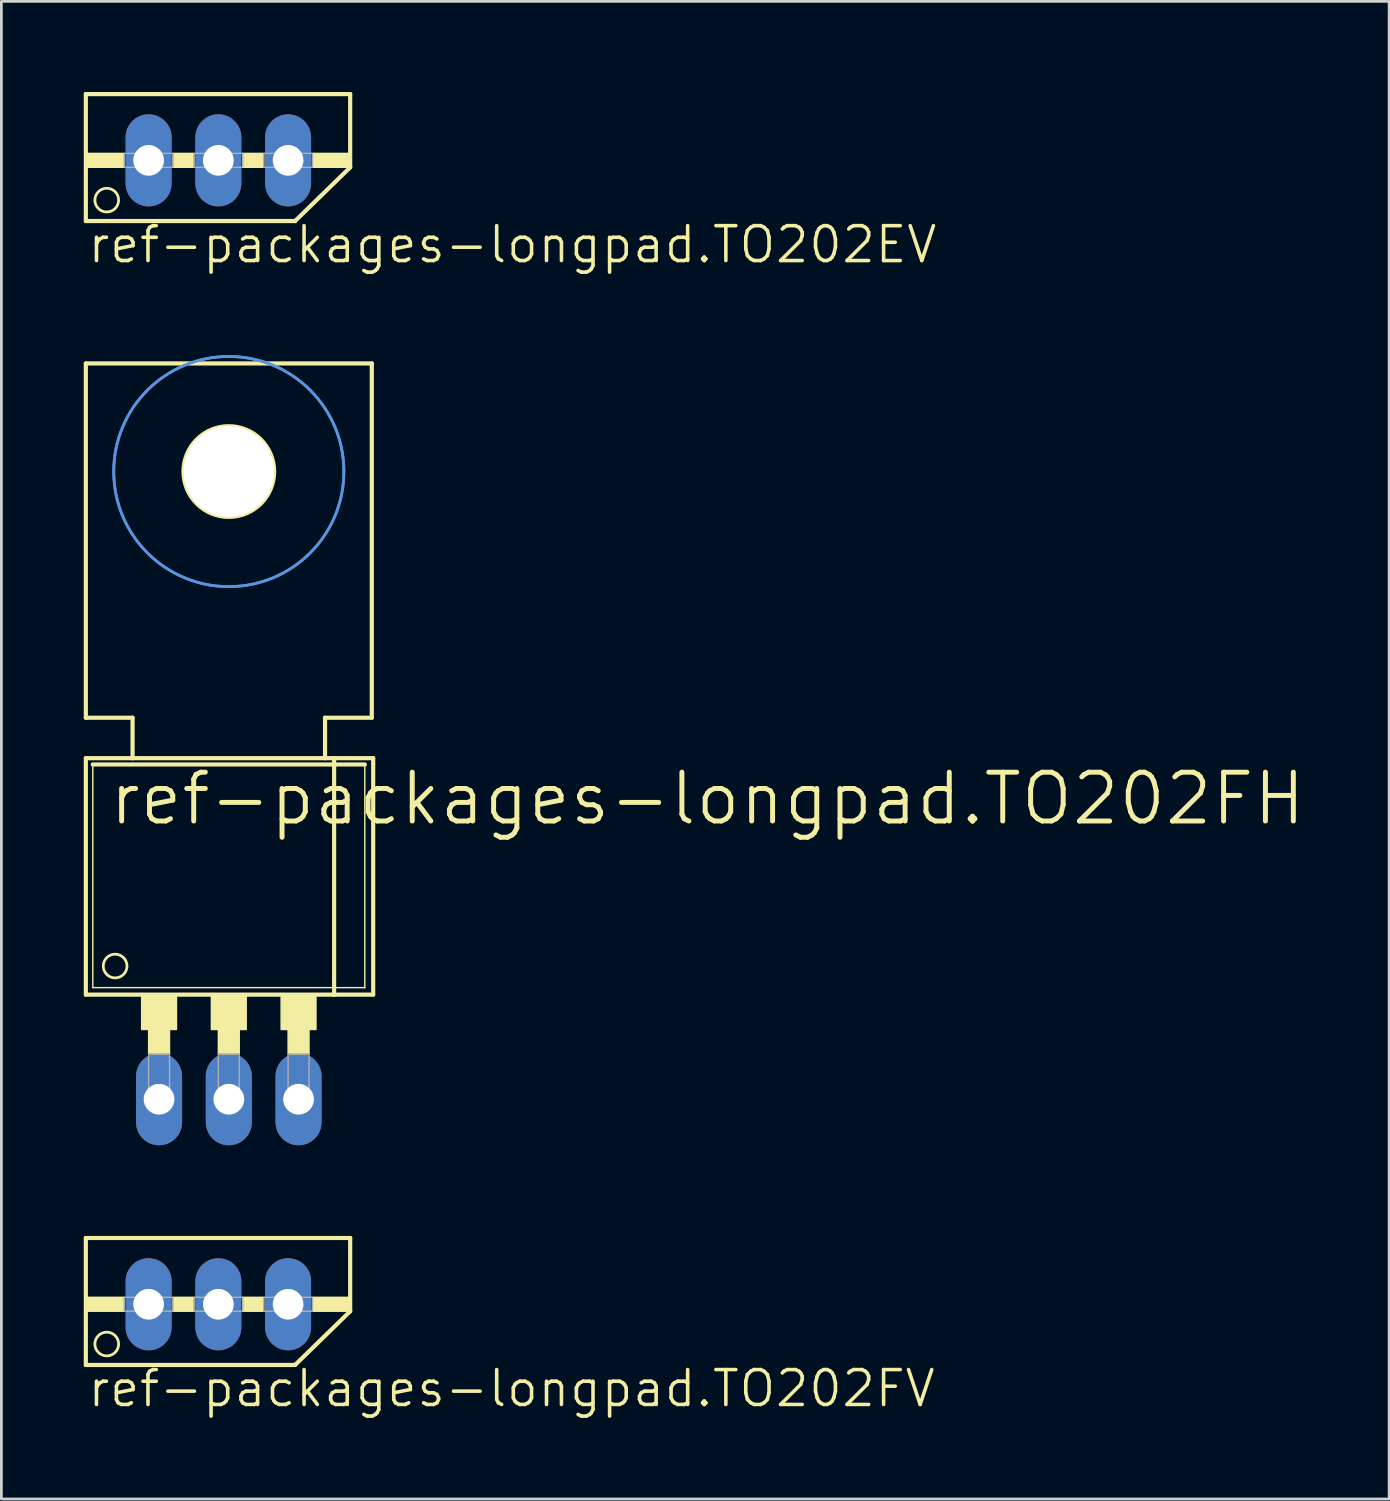
<source format=kicad_pcb>
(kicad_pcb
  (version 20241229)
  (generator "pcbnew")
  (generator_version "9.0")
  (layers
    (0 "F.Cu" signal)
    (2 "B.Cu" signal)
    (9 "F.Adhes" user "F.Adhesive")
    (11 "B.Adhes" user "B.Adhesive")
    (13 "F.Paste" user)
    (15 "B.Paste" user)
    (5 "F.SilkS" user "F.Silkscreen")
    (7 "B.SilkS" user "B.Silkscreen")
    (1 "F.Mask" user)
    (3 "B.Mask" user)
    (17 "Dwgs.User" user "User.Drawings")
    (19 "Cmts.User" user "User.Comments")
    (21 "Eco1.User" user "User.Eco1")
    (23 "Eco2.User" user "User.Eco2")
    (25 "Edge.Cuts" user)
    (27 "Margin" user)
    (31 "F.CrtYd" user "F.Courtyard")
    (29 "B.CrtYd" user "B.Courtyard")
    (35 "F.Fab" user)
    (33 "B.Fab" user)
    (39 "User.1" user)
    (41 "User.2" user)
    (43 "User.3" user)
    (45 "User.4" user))
  (footprint "ref-packages-longpad.TO202FH"
    (layer "F.Cu")
    (at 5.283 31.903)
    (property "Reference" "ref-packages-longpad.TO202FH" (at -4.445 -4.826 0) (layer "F.SilkS") (effects (font (size 1.778 1.778) (thickness 0.18)) (justify left bottom)))
    (attr through_hole)
    (fp_line (start -5.207 -21.717) (end -5.207 -8.814) (stroke (width 0.152) (type default)) (layer "F.SilkS"))
    (fp_line (start -5.207 -7.341) (end -3.505 -7.341) (stroke (width 0.152) (type default)) (layer "F.SilkS"))
    (fp_line (start -5.207 1.27) (end -5.207 -7.341) (stroke (width 0.152) (type default)) (layer "F.SilkS"))
    (fp_line (start -5.207 1.27) (end 3.835 1.27) (stroke (width 0.152) (type default)) (layer "F.SilkS"))
    (fp_line (start -4.953 1.016) (end -4.953 -7.112) (stroke (width 0.051) (type default)) (layer "F.SilkS"))
    (fp_line (start -4.953 1.016) (end 4.953 1.016) (stroke (width 0.051) (type default)) (layer "F.SilkS"))
    (fp_line (start -3.505 -8.814) (end -5.207 -8.814) (stroke (width 0.152) (type default)) (layer "F.SilkS"))
    (fp_line (start -3.505 -7.341) (end -3.505 -8.814) (stroke (width 0.152) (type default)) (layer "F.SilkS"))
    (fp_line (start -3.505 -7.341) (end 3.505 -7.341) (stroke (width 0.152) (type default)) (layer "F.SilkS"))
    (fp_line (start 3.505 -8.814) (end 3.505 -7.341) (stroke (width 0.152) (type default)) (layer "F.SilkS"))
    (fp_line (start 3.505 -7.341) (end 3.835 -7.341) (stroke (width 0.152) (type default)) (layer "F.SilkS"))
    (fp_line (start 3.835 -7.341) (end 5.258 -7.341) (stroke (width 0.152) (type default)) (layer "F.SilkS"))
    (fp_line (start 3.835 1.27) (end 3.835 -7.341) (stroke (width 0.152) (type default)) (layer "F.SilkS"))
    (fp_line (start 3.835 1.27) (end 5.258 1.27) (stroke (width 0.152) (type default)) (layer "F.SilkS"))
    (fp_line (start 4.953 -7.112) (end -4.953 -7.112) (stroke (width 0.152) (type default)) (layer "F.SilkS"))
    (fp_line (start 4.953 -7.112) (end 4.953 1.016) (stroke (width 0.051) (type default)) (layer "F.SilkS"))
    (fp_line (start 5.207 -21.717) (end -5.207 -21.717) (stroke (width 0.152) (type default)) (layer "F.SilkS"))
    (fp_line (start 5.207 -21.717) (end 5.207 -8.814) (stroke (width 0.152) (type default)) (layer "F.SilkS"))
    (fp_line (start 5.207 -8.814) (end 3.505 -8.814) (stroke (width 0.152) (type default)) (layer "F.SilkS"))
    (fp_line (start 5.258 1.27) (end 5.258 -7.341) (stroke (width 0.152) (type default)) (layer "F.SilkS"))
    (fp_rect (start -3.175 2.54) (end -1.905 1.27) (stroke (width 0.05) (type default)) (fill yes) (layer "F.SilkS"))
    (fp_rect (start -2.921 3.429) (end -2.159 2.54) (stroke (width 0.05) (type default)) (fill yes) (layer "F.SilkS"))
    (fp_rect (start -0.635 2.54) (end 0.635 1.27) (stroke (width 0.05) (type default)) (fill yes) (layer "F.SilkS"))
    (fp_rect (start -0.381 3.429) (end 0.381 2.54) (stroke (width 0.05) (type default)) (fill yes) (layer "F.SilkS"))
    (fp_rect (start 1.905 2.54) (end 3.175 1.27) (stroke (width 0.05) (type default)) (fill yes) (layer "F.SilkS"))
    (fp_rect (start 2.159 3.429) (end 2.921 2.54) (stroke (width 0.05) (type default)) (fill yes) (layer "F.SilkS"))
    (fp_circle (center -4.14 0.229) (end -3.708 0.229) (stroke (width 0.1) (type default)) (fill no) (layer "F.SilkS"))
    (fp_circle (center 0 -17.78) (end 1.651 -17.78) (stroke (width 0.152) (type default)) (fill no) (layer "F.SilkS"))
    (fp_circle (center 0 -17.78) (end 4.191 -17.78) (stroke (width 0.1) (type default)) (fill no) (layer "Cmts.User"))
    (fp_circle (center 0 -17.78) (end 4.191 -17.78) (stroke (width 0.1) (type default)) (fill no) (layer "Cmts.User"))
    (fp_rect (start -2.921 5.207) (end -2.159 3.429) (stroke (width 0.05) (type default)) (fill no) (layer "F.Fab"))
    (fp_rect (start -0.381 5.207) (end 0.381 3.429) (stroke (width 0.05) (type default)) (fill no) (layer "F.Fab"))
    (fp_rect (start 2.159 5.207) (end 2.921 3.429) (stroke (width 0.05) (type default)) (fill no) (layer "F.Fab"))
    (pad "" np_thru_hole circle (at 0 -17.78) (size 3.302 3.302) (drill 3.302) (layers "*.Cu" "*.Mask"))
    (pad "D" thru_hole oval (at 0 5.08 90) (size 3.353 1.676) (drill 1.118) (layers "*.Cu" "*.Mask"))
    (pad "G" thru_hole oval (at -2.54 5.08 90) (size 3.353 1.676) (drill 1.118) (layers "*.Cu" "*.Mask"))
    (pad "S" thru_hole oval (at 2.54 5.08 90) (size 3.353 1.676) (drill 1.118) (layers "*.Cu" "*.Mask")))
  (footprint "ref-packages-longpad.TO202FV"
    (layer "F.Cu")
    (at 4.902 41.91)
    (property "Reference" "ref-packages-longpad.TO202FV" (at -4.826 6.35 0) (layer "F.SilkS") (effects (font (size 1.27 1.27) (thickness 0.13)) (justify left bottom)))
    (attr through_hole)
    (fp_line (start -4.826 0.127) (end 4.801 0.127) (stroke (width 0.152) (type default)) (layer "F.SilkS"))
    (fp_line (start -4.826 4.75) (end -4.826 0.127) (stroke (width 0.152) (type default)) (layer "F.SilkS"))
    (fp_line (start -4.826 4.75) (end 2.794 4.75) (stroke (width 0.152) (type default)) (layer "F.SilkS"))
    (fp_line (start 2.794 4.75) (end 4.801 2.794) (stroke (width 0.152) (type default)) (layer "F.SilkS"))
    (fp_line (start 4.801 0.127) (end 4.801 2.794) (stroke (width 0.152) (type default)) (layer "F.SilkS"))
    (fp_rect (start -4.826 2.794) (end -3.429 2.286) (stroke (width 0.05) (type default)) (fill yes) (layer "F.SilkS"))
    (fp_rect (start -1.651 2.794) (end -0.889 2.286) (stroke (width 0.05) (type default)) (fill yes) (layer "F.SilkS"))
    (fp_rect (start 0.889 2.794) (end 1.651 2.286) (stroke (width 0.05) (type default)) (fill yes) (layer "F.SilkS"))
    (fp_rect (start 3.429 2.794) (end 4.826 2.286) (stroke (width 0.05) (type default)) (fill yes) (layer "F.SilkS"))
    (fp_circle (center -4.064 3.988) (end -3.632 3.988) (stroke (width 0.1) (type default)) (fill no) (layer "F.SilkS"))
    (fp_rect (start -3.429 2.794) (end -1.651 2.286) (stroke (width 0.05) (type default)) (fill no) (layer "F.Fab"))
    (fp_rect (start -0.889 2.794) (end 0.889 2.286) (stroke (width 0.05) (type default)) (fill no) (layer "F.Fab"))
    (fp_rect (start 1.651 2.794) (end 3.429 2.286) (stroke (width 0.05) (type default)) (fill no) (layer "F.Fab"))
    (pad "D" thru_hole oval (at 0 2.54 90) (size 3.353 1.676) (drill 1.118) (layers "*.Cu" "*.Mask"))
    (pad "G" thru_hole oval (at -2.54 2.54 90) (size 3.353 1.676) (drill 1.118) (layers "*.Cu" "*.Mask"))
    (pad "S" thru_hole oval (at 2.54 2.54 90) (size 3.353 1.676) (drill 1.118) (layers "*.Cu" "*.Mask")))
  (footprint "ref-packages-longpad.TO202EV"
    (layer "F.Cu")
    (at 4.902 0.25)
    (property "Reference" "ref-packages-longpad.TO202EV" (at -4.826 6.35 0) (layer "F.SilkS") (effects (font (size 1.27 1.27) (thickness 0.13)) (justify left bottom)))
    (attr through_hole)
    (fp_line (start -4.826 0.127) (end 4.801 0.127) (stroke (width 0.152) (type default)) (layer "F.SilkS"))
    (fp_line (start -4.826 4.75) (end -4.826 0.127) (stroke (width 0.152) (type default)) (layer "F.SilkS"))
    (fp_line (start -4.826 4.75) (end 2.794 4.75) (stroke (width 0.152) (type default)) (layer "F.SilkS"))
    (fp_line (start 2.794 4.75) (end 4.801 2.794) (stroke (width 0.152) (type default)) (layer "F.SilkS"))
    (fp_line (start 4.801 0.127) (end 4.801 2.794) (stroke (width 0.152) (type default)) (layer "F.SilkS"))
    (fp_rect (start -4.826 2.794) (end -3.429 2.286) (stroke (width 0.05) (type default)) (fill yes) (layer "F.SilkS"))
    (fp_rect (start -1.651 2.794) (end -0.889 2.286) (stroke (width 0.05) (type default)) (fill yes) (layer "F.SilkS"))
    (fp_rect (start 0.889 2.794) (end 1.651 2.286) (stroke (width 0.05) (type default)) (fill yes) (layer "F.SilkS"))
    (fp_rect (start 3.429 2.794) (end 4.826 2.286) (stroke (width 0.05) (type default)) (fill yes) (layer "F.SilkS"))
    (fp_circle (center -4.064 3.988) (end -3.632 3.988) (stroke (width 0.1) (type default)) (fill no) (layer "F.SilkS"))
    (fp_rect (start -3.429 2.794) (end -1.651 2.286) (stroke (width 0.05) (type default)) (fill no) (layer "F.Fab"))
    (fp_rect (start -0.889 2.794) (end 0.889 2.286) (stroke (width 0.05) (type default)) (fill no) (layer "F.Fab"))
    (fp_rect (start 1.651 2.794) (end 3.429 2.286) (stroke (width 0.05) (type default)) (fill no) (layer "F.Fab"))
    (pad "D" thru_hole oval (at 0 2.54 90) (size 3.353 1.676) (drill 1.118) (layers "*.Cu" "*.Mask"))
    (pad "G" thru_hole oval (at 2.54 2.54 90) (size 3.353 1.676) (drill 1.118) (layers "*.Cu" "*.Mask"))
    (pad "S" thru_hole oval (at -2.54 2.54 90) (size 3.353 1.676) (drill 1.118) (layers "*.Cu" "*.Mask")))
  (gr_rect
    (start -3 -3)
    (end 47.541 51.542)
    (stroke (width 0.1) (type default))
    (fill no)
    (layer "Edge.Cuts")))
</source>
